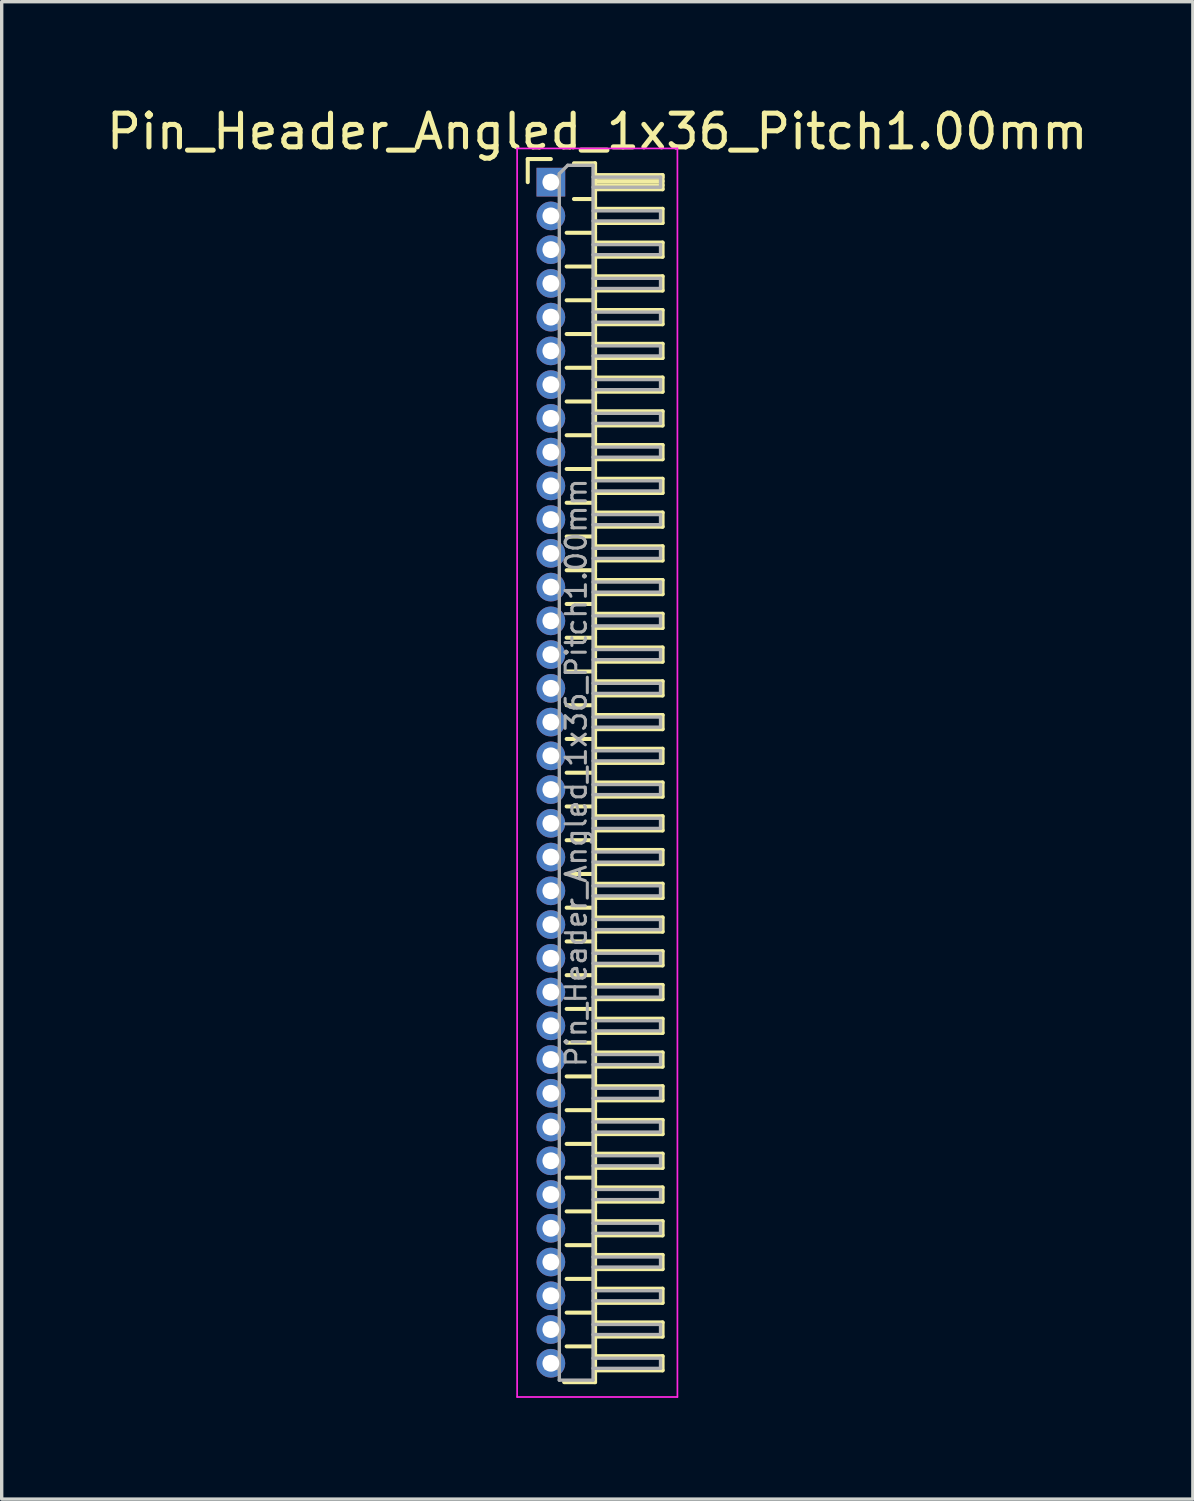
<source format=kicad_pcb>
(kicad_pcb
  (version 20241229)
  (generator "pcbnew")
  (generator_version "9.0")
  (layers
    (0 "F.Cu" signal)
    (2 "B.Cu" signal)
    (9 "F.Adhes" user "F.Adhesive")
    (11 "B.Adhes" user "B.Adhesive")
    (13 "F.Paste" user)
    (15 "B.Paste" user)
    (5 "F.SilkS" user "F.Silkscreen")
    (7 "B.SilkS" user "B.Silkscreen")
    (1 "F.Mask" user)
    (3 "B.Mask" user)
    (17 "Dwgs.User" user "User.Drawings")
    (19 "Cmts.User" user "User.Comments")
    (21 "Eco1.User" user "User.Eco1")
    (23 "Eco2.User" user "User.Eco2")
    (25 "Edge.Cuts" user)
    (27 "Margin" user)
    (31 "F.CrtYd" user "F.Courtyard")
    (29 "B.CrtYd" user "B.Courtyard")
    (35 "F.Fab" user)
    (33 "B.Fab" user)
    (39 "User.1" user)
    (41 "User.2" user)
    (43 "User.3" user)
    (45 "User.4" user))
  (footprint "Pin_Header_Angled_1x36_Pitch1.00mm"
    (layer "F.Cu")
    (at 13.274 2.348)
    (property "Reference" "Pin_Header_Angled_1x36_Pitch1.00mm" (at 1.375 -1.5 0) (layer "F.SilkS") (effects (font (size 1 1) (thickness 0.15))))
    (attr through_hole)
    (fp_line (start -0.685 -0.685) (end 0 -0.685) (stroke (width 0.12) (type solid)) (layer "F.SilkS"))
    (fp_line (start -0.685 0) (end -0.685 -0.685) (stroke (width 0.12) (type solid)) (layer "F.SilkS"))
    (fp_line (start 0.468 1.5) (end 1.31 1.5) (stroke (width 0.12) (type solid)) (layer "F.SilkS"))
    (fp_line (start 0.468 2.5) (end 1.31 2.5) (stroke (width 0.12) (type solid)) (layer "F.SilkS"))
    (fp_line (start 0.468 3.5) (end 1.31 3.5) (stroke (width 0.12) (type solid)) (layer "F.SilkS"))
    (fp_line (start 0.468 4.5) (end 1.31 4.5) (stroke (width 0.12) (type solid)) (layer "F.SilkS"))
    (fp_line (start 0.468 5.5) (end 1.31 5.5) (stroke (width 0.12) (type solid)) (layer "F.SilkS"))
    (fp_line (start 0.468 6.5) (end 1.31 6.5) (stroke (width 0.12) (type solid)) (layer "F.SilkS"))
    (fp_line (start 0.468 7.5) (end 1.31 7.5) (stroke (width 0.12) (type solid)) (layer "F.SilkS"))
    (fp_line (start 0.468 8.5) (end 1.31 8.5) (stroke (width 0.12) (type solid)) (layer "F.SilkS"))
    (fp_line (start 0.468 9.5) (end 1.31 9.5) (stroke (width 0.12) (type solid)) (layer "F.SilkS"))
    (fp_line (start 0.468 10.5) (end 1.31 10.5) (stroke (width 0.12) (type solid)) (layer "F.SilkS"))
    (fp_line (start 0.468 11.5) (end 1.31 11.5) (stroke (width 0.12) (type solid)) (layer "F.SilkS"))
    (fp_line (start 0.468 12.5) (end 1.31 12.5) (stroke (width 0.12) (type solid)) (layer "F.SilkS"))
    (fp_line (start 0.468 13.5) (end 1.31 13.5) (stroke (width 0.12) (type solid)) (layer "F.SilkS"))
    (fp_line (start 0.468 14.5) (end 1.31 14.5) (stroke (width 0.12) (type solid)) (layer "F.SilkS"))
    (fp_line (start 0.468 15.5) (end 1.31 15.5) (stroke (width 0.12) (type solid)) (layer "F.SilkS"))
    (fp_line (start 0.468 16.5) (end 1.31 16.5) (stroke (width 0.12) (type solid)) (layer "F.SilkS"))
    (fp_line (start 0.468 17.5) (end 1.31 17.5) (stroke (width 0.12) (type solid)) (layer "F.SilkS"))
    (fp_line (start 0.468 18.5) (end 1.31 18.5) (stroke (width 0.12) (type solid)) (layer "F.SilkS"))
    (fp_line (start 0.468 19.5) (end 1.31 19.5) (stroke (width 0.12) (type solid)) (layer "F.SilkS"))
    (fp_line (start 0.468 20.5) (end 1.31 20.5) (stroke (width 0.12) (type solid)) (layer "F.SilkS"))
    (fp_line (start 0.468 21.5) (end 1.31 21.5) (stroke (width 0.12) (type solid)) (layer "F.SilkS"))
    (fp_line (start 0.468 22.5) (end 1.31 22.5) (stroke (width 0.12) (type solid)) (layer "F.SilkS"))
    (fp_line (start 0.468 23.5) (end 1.31 23.5) (stroke (width 0.12) (type solid)) (layer "F.SilkS"))
    (fp_line (start 0.468 24.5) (end 1.31 24.5) (stroke (width 0.12) (type solid)) (layer "F.SilkS"))
    (fp_line (start 0.468 25.5) (end 1.31 25.5) (stroke (width 0.12) (type solid)) (layer "F.SilkS"))
    (fp_line (start 0.468 26.5) (end 1.31 26.5) (stroke (width 0.12) (type solid)) (layer "F.SilkS"))
    (fp_line (start 0.468 27.5) (end 1.31 27.5) (stroke (width 0.12) (type solid)) (layer "F.SilkS"))
    (fp_line (start 0.468 28.5) (end 1.31 28.5) (stroke (width 0.12) (type solid)) (layer "F.SilkS"))
    (fp_line (start 0.468 29.5) (end 1.31 29.5) (stroke (width 0.12) (type solid)) (layer "F.SilkS"))
    (fp_line (start 0.468 30.5) (end 1.31 30.5) (stroke (width 0.12) (type solid)) (layer "F.SilkS"))
    (fp_line (start 0.468 31.5) (end 1.31 31.5) (stroke (width 0.12) (type solid)) (layer "F.SilkS"))
    (fp_line (start 0.468 32.5) (end 1.31 32.5) (stroke (width 0.12) (type solid)) (layer "F.SilkS"))
    (fp_line (start 0.468 33.5) (end 1.31 33.5) (stroke (width 0.12) (type solid)) (layer "F.SilkS"))
    (fp_line (start 0.468 34.5) (end 1.31 34.5) (stroke (width 0.12) (type solid)) (layer "F.SilkS"))
    (fp_line (start 0.685 -0.56) (end 1.31 -0.56) (stroke (width 0.12) (type solid)) (layer "F.SilkS"))
    (fp_line (start 0.685 0.5) (end 1.31 0.5) (stroke (width 0.12) (type solid)) (layer "F.SilkS"))
    (fp_line (start 1.31 -0.56) (end 1.31 35.56) (stroke (width 0.12) (type solid)) (layer "F.SilkS"))
    (fp_line (start 1.31 -0.21) (end 3.31 -0.21) (stroke (width 0.12) (type solid)) (layer "F.SilkS"))
    (fp_line (start 1.31 -0.15) (end 3.31 -0.15) (stroke (width 0.12) (type solid)) (layer "F.SilkS"))
    (fp_line (start 1.31 -0.03) (end 3.31 -0.03) (stroke (width 0.12) (type solid)) (layer "F.SilkS"))
    (fp_line (start 1.31 0.09) (end 3.31 0.09) (stroke (width 0.12) (type solid)) (layer "F.SilkS"))
    (fp_line (start 1.31 0.79) (end 3.31 0.79) (stroke (width 0.12) (type solid)) (layer "F.SilkS"))
    (fp_line (start 1.31 1.79) (end 3.31 1.79) (stroke (width 0.12) (type solid)) (layer "F.SilkS"))
    (fp_line (start 1.31 2.79) (end 3.31 2.79) (stroke (width 0.12) (type solid)) (layer "F.SilkS"))
    (fp_line (start 1.31 3.79) (end 3.31 3.79) (stroke (width 0.12) (type solid)) (layer "F.SilkS"))
    (fp_line (start 1.31 4.79) (end 3.31 4.79) (stroke (width 0.12) (type solid)) (layer "F.SilkS"))
    (fp_line (start 1.31 5.79) (end 3.31 5.79) (stroke (width 0.12) (type solid)) (layer "F.SilkS"))
    (fp_line (start 1.31 6.79) (end 3.31 6.79) (stroke (width 0.12) (type solid)) (layer "F.SilkS"))
    (fp_line (start 1.31 7.79) (end 3.31 7.79) (stroke (width 0.12) (type solid)) (layer "F.SilkS"))
    (fp_line (start 1.31 8.79) (end 3.31 8.79) (stroke (width 0.12) (type solid)) (layer "F.SilkS"))
    (fp_line (start 1.31 9.79) (end 3.31 9.79) (stroke (width 0.12) (type solid)) (layer "F.SilkS"))
    (fp_line (start 1.31 10.79) (end 3.31 10.79) (stroke (width 0.12) (type solid)) (layer "F.SilkS"))
    (fp_line (start 1.31 11.79) (end 3.31 11.79) (stroke (width 0.12) (type solid)) (layer "F.SilkS"))
    (fp_line (start 1.31 12.79) (end 3.31 12.79) (stroke (width 0.12) (type solid)) (layer "F.SilkS"))
    (fp_line (start 1.31 13.79) (end 3.31 13.79) (stroke (width 0.12) (type solid)) (layer "F.SilkS"))
    (fp_line (start 1.31 14.79) (end 3.31 14.79) (stroke (width 0.12) (type solid)) (layer "F.SilkS"))
    (fp_line (start 1.31 15.79) (end 3.31 15.79) (stroke (width 0.12) (type solid)) (layer "F.SilkS"))
    (fp_line (start 1.31 16.79) (end 3.31 16.79) (stroke (width 0.12) (type solid)) (layer "F.SilkS"))
    (fp_line (start 1.31 17.79) (end 3.31 17.79) (stroke (width 0.12) (type solid)) (layer "F.SilkS"))
    (fp_line (start 1.31 18.79) (end 3.31 18.79) (stroke (width 0.12) (type solid)) (layer "F.SilkS"))
    (fp_line (start 1.31 19.79) (end 3.31 19.79) (stroke (width 0.12) (type solid)) (layer "F.SilkS"))
    (fp_line (start 1.31 20.79) (end 3.31 20.79) (stroke (width 0.12) (type solid)) (layer "F.SilkS"))
    (fp_line (start 1.31 21.79) (end 3.31 21.79) (stroke (width 0.12) (type solid)) (layer "F.SilkS"))
    (fp_line (start 1.31 22.79) (end 3.31 22.79) (stroke (width 0.12) (type solid)) (layer "F.SilkS"))
    (fp_line (start 1.31 23.79) (end 3.31 23.79) (stroke (width 0.12) (type solid)) (layer "F.SilkS"))
    (fp_line (start 1.31 24.79) (end 3.31 24.79) (stroke (width 0.12) (type solid)) (layer "F.SilkS"))
    (fp_line (start 1.31 25.79) (end 3.31 25.79) (stroke (width 0.12) (type solid)) (layer "F.SilkS"))
    (fp_line (start 1.31 26.79) (end 3.31 26.79) (stroke (width 0.12) (type solid)) (layer "F.SilkS"))
    (fp_line (start 1.31 27.79) (end 3.31 27.79) (stroke (width 0.12) (type solid)) (layer "F.SilkS"))
    (fp_line (start 1.31 28.79) (end 3.31 28.79) (stroke (width 0.12) (type solid)) (layer "F.SilkS"))
    (fp_line (start 1.31 29.79) (end 3.31 29.79) (stroke (width 0.12) (type solid)) (layer "F.SilkS"))
    (fp_line (start 1.31 30.79) (end 3.31 30.79) (stroke (width 0.12) (type solid)) (layer "F.SilkS"))
    (fp_line (start 1.31 31.79) (end 3.31 31.79) (stroke (width 0.12) (type solid)) (layer "F.SilkS"))
    (fp_line (start 1.31 32.79) (end 3.31 32.79) (stroke (width 0.12) (type solid)) (layer "F.SilkS"))
    (fp_line (start 1.31 33.79) (end 3.31 33.79) (stroke (width 0.12) (type solid)) (layer "F.SilkS"))
    (fp_line (start 1.31 34.79) (end 3.31 34.79) (stroke (width 0.12) (type solid)) (layer "F.SilkS"))
    (fp_line (start 1.31 35.56) (end 0.394 35.56) (stroke (width 0.12) (type solid)) (layer "F.SilkS"))
    (fp_line (start 3.31 -0.21) (end 3.31 0.21) (stroke (width 0.12) (type solid)) (layer "F.SilkS"))
    (fp_line (start 3.31 0.21) (end 1.31 0.21) (stroke (width 0.12) (type solid)) (layer "F.SilkS"))
    (fp_line (start 3.31 0.79) (end 3.31 1.21) (stroke (width 0.12) (type solid)) (layer "F.SilkS"))
    (fp_line (start 3.31 1.21) (end 1.31 1.21) (stroke (width 0.12) (type solid)) (layer "F.SilkS"))
    (fp_line (start 3.31 1.79) (end 3.31 2.21) (stroke (width 0.12) (type solid)) (layer "F.SilkS"))
    (fp_line (start 3.31 2.21) (end 1.31 2.21) (stroke (width 0.12) (type solid)) (layer "F.SilkS"))
    (fp_line (start 3.31 2.79) (end 3.31 3.21) (stroke (width 0.12) (type solid)) (layer "F.SilkS"))
    (fp_line (start 3.31 3.21) (end 1.31 3.21) (stroke (width 0.12) (type solid)) (layer "F.SilkS"))
    (fp_line (start 3.31 3.79) (end 3.31 4.21) (stroke (width 0.12) (type solid)) (layer "F.SilkS"))
    (fp_line (start 3.31 4.21) (end 1.31 4.21) (stroke (width 0.12) (type solid)) (layer "F.SilkS"))
    (fp_line (start 3.31 4.79) (end 3.31 5.21) (stroke (width 0.12) (type solid)) (layer "F.SilkS"))
    (fp_line (start 3.31 5.21) (end 1.31 5.21) (stroke (width 0.12) (type solid)) (layer "F.SilkS"))
    (fp_line (start 3.31 5.79) (end 3.31 6.21) (stroke (width 0.12) (type solid)) (layer "F.SilkS"))
    (fp_line (start 3.31 6.21) (end 1.31 6.21) (stroke (width 0.12) (type solid)) (layer "F.SilkS"))
    (fp_line (start 3.31 6.79) (end 3.31 7.21) (stroke (width 0.12) (type solid)) (layer "F.SilkS"))
    (fp_line (start 3.31 7.21) (end 1.31 7.21) (stroke (width 0.12) (type solid)) (layer "F.SilkS"))
    (fp_line (start 3.31 7.79) (end 3.31 8.21) (stroke (width 0.12) (type solid)) (layer "F.SilkS"))
    (fp_line (start 3.31 8.21) (end 1.31 8.21) (stroke (width 0.12) (type solid)) (layer "F.SilkS"))
    (fp_line (start 3.31 8.79) (end 3.31 9.21) (stroke (width 0.12) (type solid)) (layer "F.SilkS"))
    (fp_line (start 3.31 9.21) (end 1.31 9.21) (stroke (width 0.12) (type solid)) (layer "F.SilkS"))
    (fp_line (start 3.31 9.79) (end 3.31 10.21) (stroke (width 0.12) (type solid)) (layer "F.SilkS"))
    (fp_line (start 3.31 10.21) (end 1.31 10.21) (stroke (width 0.12) (type solid)) (layer "F.SilkS"))
    (fp_line (start 3.31 10.79) (end 3.31 11.21) (stroke (width 0.12) (type solid)) (layer "F.SilkS"))
    (fp_line (start 3.31 11.21) (end 1.31 11.21) (stroke (width 0.12) (type solid)) (layer "F.SilkS"))
    (fp_line (start 3.31 11.79) (end 3.31 12.21) (stroke (width 0.12) (type solid)) (layer "F.SilkS"))
    (fp_line (start 3.31 12.21) (end 1.31 12.21) (stroke (width 0.12) (type solid)) (layer "F.SilkS"))
    (fp_line (start 3.31 12.79) (end 3.31 13.21) (stroke (width 0.12) (type solid)) (layer "F.SilkS"))
    (fp_line (start 3.31 13.21) (end 1.31 13.21) (stroke (width 0.12) (type solid)) (layer "F.SilkS"))
    (fp_line (start 3.31 13.79) (end 3.31 14.21) (stroke (width 0.12) (type solid)) (layer "F.SilkS"))
    (fp_line (start 3.31 14.21) (end 1.31 14.21) (stroke (width 0.12) (type solid)) (layer "F.SilkS"))
    (fp_line (start 3.31 14.79) (end 3.31 15.21) (stroke (width 0.12) (type solid)) (layer "F.SilkS"))
    (fp_line (start 3.31 15.21) (end 1.31 15.21) (stroke (width 0.12) (type solid)) (layer "F.SilkS"))
    (fp_line (start 3.31 15.79) (end 3.31 16.21) (stroke (width 0.12) (type solid)) (layer "F.SilkS"))
    (fp_line (start 3.31 16.21) (end 1.31 16.21) (stroke (width 0.12) (type solid)) (layer "F.SilkS"))
    (fp_line (start 3.31 16.79) (end 3.31 17.21) (stroke (width 0.12) (type solid)) (layer "F.SilkS"))
    (fp_line (start 3.31 17.21) (end 1.31 17.21) (stroke (width 0.12) (type solid)) (layer "F.SilkS"))
    (fp_line (start 3.31 17.79) (end 3.31 18.21) (stroke (width 0.12) (type solid)) (layer "F.SilkS"))
    (fp_line (start 3.31 18.21) (end 1.31 18.21) (stroke (width 0.12) (type solid)) (layer "F.SilkS"))
    (fp_line (start 3.31 18.79) (end 3.31 19.21) (stroke (width 0.12) (type solid)) (layer "F.SilkS"))
    (fp_line (start 3.31 19.21) (end 1.31 19.21) (stroke (width 0.12) (type solid)) (layer "F.SilkS"))
    (fp_line (start 3.31 19.79) (end 3.31 20.21) (stroke (width 0.12) (type solid)) (layer "F.SilkS"))
    (fp_line (start 3.31 20.21) (end 1.31 20.21) (stroke (width 0.12) (type solid)) (layer "F.SilkS"))
    (fp_line (start 3.31 20.79) (end 3.31 21.21) (stroke (width 0.12) (type solid)) (layer "F.SilkS"))
    (fp_line (start 3.31 21.21) (end 1.31 21.21) (stroke (width 0.12) (type solid)) (layer "F.SilkS"))
    (fp_line (start 3.31 21.79) (end 3.31 22.21) (stroke (width 0.12) (type solid)) (layer "F.SilkS"))
    (fp_line (start 3.31 22.21) (end 1.31 22.21) (stroke (width 0.12) (type solid)) (layer "F.SilkS"))
    (fp_line (start 3.31 22.79) (end 3.31 23.21) (stroke (width 0.12) (type solid)) (layer "F.SilkS"))
    (fp_line (start 3.31 23.21) (end 1.31 23.21) (stroke (width 0.12) (type solid)) (layer "F.SilkS"))
    (fp_line (start 3.31 23.79) (end 3.31 24.21) (stroke (width 0.12) (type solid)) (layer "F.SilkS"))
    (fp_line (start 3.31 24.21) (end 1.31 24.21) (stroke (width 0.12) (type solid)) (layer "F.SilkS"))
    (fp_line (start 3.31 24.79) (end 3.31 25.21) (stroke (width 0.12) (type solid)) (layer "F.SilkS"))
    (fp_line (start 3.31 25.21) (end 1.31 25.21) (stroke (width 0.12) (type solid)) (layer "F.SilkS"))
    (fp_line (start 3.31 25.79) (end 3.31 26.21) (stroke (width 0.12) (type solid)) (layer "F.SilkS"))
    (fp_line (start 3.31 26.21) (end 1.31 26.21) (stroke (width 0.12) (type solid)) (layer "F.SilkS"))
    (fp_line (start 3.31 26.79) (end 3.31 27.21) (stroke (width 0.12) (type solid)) (layer "F.SilkS"))
    (fp_line (start 3.31 27.21) (end 1.31 27.21) (stroke (width 0.12) (type solid)) (layer "F.SilkS"))
    (fp_line (start 3.31 27.79) (end 3.31 28.21) (stroke (width 0.12) (type solid)) (layer "F.SilkS"))
    (fp_line (start 3.31 28.21) (end 1.31 28.21) (stroke (width 0.12) (type solid)) (layer "F.SilkS"))
    (fp_line (start 3.31 28.79) (end 3.31 29.21) (stroke (width 0.12) (type solid)) (layer "F.SilkS"))
    (fp_line (start 3.31 29.21) (end 1.31 29.21) (stroke (width 0.12) (type solid)) (layer "F.SilkS"))
    (fp_line (start 3.31 29.79) (end 3.31 30.21) (stroke (width 0.12) (type solid)) (layer "F.SilkS"))
    (fp_line (start 3.31 30.21) (end 1.31 30.21) (stroke (width 0.12) (type solid)) (layer "F.SilkS"))
    (fp_line (start 3.31 30.79) (end 3.31 31.21) (stroke (width 0.12) (type solid)) (layer "F.SilkS"))
    (fp_line (start 3.31 31.21) (end 1.31 31.21) (stroke (width 0.12) (type solid)) (layer "F.SilkS"))
    (fp_line (start 3.31 31.79) (end 3.31 32.21) (stroke (width 0.12) (type solid)) (layer "F.SilkS"))
    (fp_line (start 3.31 32.21) (end 1.31 32.21) (stroke (width 0.12) (type solid)) (layer "F.SilkS"))
    (fp_line (start 3.31 32.79) (end 3.31 33.21) (stroke (width 0.12) (type solid)) (layer "F.SilkS"))
    (fp_line (start 3.31 33.21) (end 1.31 33.21) (stroke (width 0.12) (type solid)) (layer "F.SilkS"))
    (fp_line (start 3.31 33.79) (end 3.31 34.21) (stroke (width 0.12) (type solid)) (layer "F.SilkS"))
    (fp_line (start 3.31 34.21) (end 1.31 34.21) (stroke (width 0.12) (type solid)) (layer "F.SilkS"))
    (fp_line (start 3.31 34.79) (end 3.31 35.21) (stroke (width 0.12) (type solid)) (layer "F.SilkS"))
    (fp_line (start 3.31 35.21) (end 1.31 35.21) (stroke (width 0.12) (type solid)) (layer "F.SilkS"))
    (fp_line (start -1 -1) (end -1 36) (stroke (width 0.05) (type solid)) (layer "F.CrtYd"))
    (fp_line (start -1 36) (end 3.75 36) (stroke (width 0.05) (type solid)) (layer "F.CrtYd"))
    (fp_line (start 3.75 -1) (end -1 -1) (stroke (width 0.05) (type solid)) (layer "F.CrtYd"))
    (fp_line (start 3.75 36) (end 3.75 -1) (stroke (width 0.05) (type solid)) (layer "F.CrtYd"))
    (fp_line (start -0.15 -0.15) (end -0.15 0.15) (stroke (width 0.1) (type solid)) (layer "F.Fab"))
    (fp_line (start -0.15 -0.15) (end 0.25 -0.15) (stroke (width 0.1) (type solid)) (layer "F.Fab"))
    (fp_line (start -0.15 0.15) (end 0.25 0.15) (stroke (width 0.1) (type solid)) (layer "F.Fab"))
    (fp_line (start -0.15 0.85) (end -0.15 1.15) (stroke (width 0.1) (type solid)) (layer "F.Fab"))
    (fp_line (start -0.15 0.85) (end 0.25 0.85) (stroke (width 0.1) (type solid)) (layer "F.Fab"))
    (fp_line (start -0.15 1.15) (end 0.25 1.15) (stroke (width 0.1) (type solid)) (layer "F.Fab"))
    (fp_line (start -0.15 1.85) (end -0.15 2.15) (stroke (width 0.1) (type solid)) (layer "F.Fab"))
    (fp_line (start -0.15 1.85) (end 0.25 1.85) (stroke (width 0.1) (type solid)) (layer "F.Fab"))
    (fp_line (start -0.15 2.15) (end 0.25 2.15) (stroke (width 0.1) (type solid)) (layer "F.Fab"))
    (fp_line (start -0.15 2.85) (end -0.15 3.15) (stroke (width 0.1) (type solid)) (layer "F.Fab"))
    (fp_line (start -0.15 2.85) (end 0.25 2.85) (stroke (width 0.1) (type solid)) (layer "F.Fab"))
    (fp_line (start -0.15 3.15) (end 0.25 3.15) (stroke (width 0.1) (type solid)) (layer "F.Fab"))
    (fp_line (start -0.15 3.85) (end -0.15 4.15) (stroke (width 0.1) (type solid)) (layer "F.Fab"))
    (fp_line (start -0.15 3.85) (end 0.25 3.85) (stroke (width 0.1) (type solid)) (layer "F.Fab"))
    (fp_line (start -0.15 4.15) (end 0.25 4.15) (stroke (width 0.1) (type solid)) (layer "F.Fab"))
    (fp_line (start -0.15 4.85) (end -0.15 5.15) (stroke (width 0.1) (type solid)) (layer "F.Fab"))
    (fp_line (start -0.15 4.85) (end 0.25 4.85) (stroke (width 0.1) (type solid)) (layer "F.Fab"))
    (fp_line (start -0.15 5.15) (end 0.25 5.15) (stroke (width 0.1) (type solid)) (layer "F.Fab"))
    (fp_line (start -0.15 5.85) (end -0.15 6.15) (stroke (width 0.1) (type solid)) (layer "F.Fab"))
    (fp_line (start -0.15 5.85) (end 0.25 5.85) (stroke (width 0.1) (type solid)) (layer "F.Fab"))
    (fp_line (start -0.15 6.15) (end 0.25 6.15) (stroke (width 0.1) (type solid)) (layer "F.Fab"))
    (fp_line (start -0.15 6.85) (end -0.15 7.15) (stroke (width 0.1) (type solid)) (layer "F.Fab"))
    (fp_line (start -0.15 6.85) (end 0.25 6.85) (stroke (width 0.1) (type solid)) (layer "F.Fab"))
    (fp_line (start -0.15 7.15) (end 0.25 7.15) (stroke (width 0.1) (type solid)) (layer "F.Fab"))
    (fp_line (start -0.15 7.85) (end -0.15 8.15) (stroke (width 0.1) (type solid)) (layer "F.Fab"))
    (fp_line (start -0.15 7.85) (end 0.25 7.85) (stroke (width 0.1) (type solid)) (layer "F.Fab"))
    (fp_line (start -0.15 8.15) (end 0.25 8.15) (stroke (width 0.1) (type solid)) (layer "F.Fab"))
    (fp_line (start -0.15 8.85) (end -0.15 9.15) (stroke (width 0.1) (type solid)) (layer "F.Fab"))
    (fp_line (start -0.15 8.85) (end 0.25 8.85) (stroke (width 0.1) (type solid)) (layer "F.Fab"))
    (fp_line (start -0.15 9.15) (end 0.25 9.15) (stroke (width 0.1) (type solid)) (layer "F.Fab"))
    (fp_line (start -0.15 9.85) (end -0.15 10.15) (stroke (width 0.1) (type solid)) (layer "F.Fab"))
    (fp_line (start -0.15 9.85) (end 0.25 9.85) (stroke (width 0.1) (type solid)) (layer "F.Fab"))
    (fp_line (start -0.15 10.15) (end 0.25 10.15) (stroke (width 0.1) (type solid)) (layer "F.Fab"))
    (fp_line (start -0.15 10.85) (end -0.15 11.15) (stroke (width 0.1) (type solid)) (layer "F.Fab"))
    (fp_line (start -0.15 10.85) (end 0.25 10.85) (stroke (width 0.1) (type solid)) (layer "F.Fab"))
    (fp_line (start -0.15 11.15) (end 0.25 11.15) (stroke (width 0.1) (type solid)) (layer "F.Fab"))
    (fp_line (start -0.15 11.85) (end -0.15 12.15) (stroke (width 0.1) (type solid)) (layer "F.Fab"))
    (fp_line (start -0.15 11.85) (end 0.25 11.85) (stroke (width 0.1) (type solid)) (layer "F.Fab"))
    (fp_line (start -0.15 12.15) (end 0.25 12.15) (stroke (width 0.1) (type solid)) (layer "F.Fab"))
    (fp_line (start -0.15 12.85) (end -0.15 13.15) (stroke (width 0.1) (type solid)) (layer "F.Fab"))
    (fp_line (start -0.15 12.85) (end 0.25 12.85) (stroke (width 0.1) (type solid)) (layer "F.Fab"))
    (fp_line (start -0.15 13.15) (end 0.25 13.15) (stroke (width 0.1) (type solid)) (layer "F.Fab"))
    (fp_line (start -0.15 13.85) (end -0.15 14.15) (stroke (width 0.1) (type solid)) (layer "F.Fab"))
    (fp_line (start -0.15 13.85) (end 0.25 13.85) (stroke (width 0.1) (type solid)) (layer "F.Fab"))
    (fp_line (start -0.15 14.15) (end 0.25 14.15) (stroke (width 0.1) (type solid)) (layer "F.Fab"))
    (fp_line (start -0.15 14.85) (end -0.15 15.15) (stroke (width 0.1) (type solid)) (layer "F.Fab"))
    (fp_line (start -0.15 14.85) (end 0.25 14.85) (stroke (width 0.1) (type solid)) (layer "F.Fab"))
    (fp_line (start -0.15 15.15) (end 0.25 15.15) (stroke (width 0.1) (type solid)) (layer "F.Fab"))
    (fp_line (start -0.15 15.85) (end -0.15 16.15) (stroke (width 0.1) (type solid)) (layer "F.Fab"))
    (fp_line (start -0.15 15.85) (end 0.25 15.85) (stroke (width 0.1) (type solid)) (layer "F.Fab"))
    (fp_line (start -0.15 16.15) (end 0.25 16.15) (stroke (width 0.1) (type solid)) (layer "F.Fab"))
    (fp_line (start -0.15 16.85) (end -0.15 17.15) (stroke (width 0.1) (type solid)) (layer "F.Fab"))
    (fp_line (start -0.15 16.85) (end 0.25 16.85) (stroke (width 0.1) (type solid)) (layer "F.Fab"))
    (fp_line (start -0.15 17.15) (end 0.25 17.15) (stroke (width 0.1) (type solid)) (layer "F.Fab"))
    (fp_line (start -0.15 17.85) (end -0.15 18.15) (stroke (width 0.1) (type solid)) (layer "F.Fab"))
    (fp_line (start -0.15 17.85) (end 0.25 17.85) (stroke (width 0.1) (type solid)) (layer "F.Fab"))
    (fp_line (start -0.15 18.15) (end 0.25 18.15) (stroke (width 0.1) (type solid)) (layer "F.Fab"))
    (fp_line (start -0.15 18.85) (end -0.15 19.15) (stroke (width 0.1) (type solid)) (layer "F.Fab"))
    (fp_line (start -0.15 18.85) (end 0.25 18.85) (stroke (width 0.1) (type solid)) (layer "F.Fab"))
    (fp_line (start -0.15 19.15) (end 0.25 19.15) (stroke (width 0.1) (type solid)) (layer "F.Fab"))
    (fp_line (start -0.15 19.85) (end -0.15 20.15) (stroke (width 0.1) (type solid)) (layer "F.Fab"))
    (fp_line (start -0.15 19.85) (end 0.25 19.85) (stroke (width 0.1) (type solid)) (layer "F.Fab"))
    (fp_line (start -0.15 20.15) (end 0.25 20.15) (stroke (width 0.1) (type solid)) (layer "F.Fab"))
    (fp_line (start -0.15 20.85) (end -0.15 21.15) (stroke (width 0.1) (type solid)) (layer "F.Fab"))
    (fp_line (start -0.15 20.85) (end 0.25 20.85) (stroke (width 0.1) (type solid)) (layer "F.Fab"))
    (fp_line (start -0.15 21.15) (end 0.25 21.15) (stroke (width 0.1) (type solid)) (layer "F.Fab"))
    (fp_line (start -0.15 21.85) (end -0.15 22.15) (stroke (width 0.1) (type solid)) (layer "F.Fab"))
    (fp_line (start -0.15 21.85) (end 0.25 21.85) (stroke (width 0.1) (type solid)) (layer "F.Fab"))
    (fp_line (start -0.15 22.15) (end 0.25 22.15) (stroke (width 0.1) (type solid)) (layer "F.Fab"))
    (fp_line (start -0.15 22.85) (end -0.15 23.15) (stroke (width 0.1) (type solid)) (layer "F.Fab"))
    (fp_line (start -0.15 22.85) (end 0.25 22.85) (stroke (width 0.1) (type solid)) (layer "F.Fab"))
    (fp_line (start -0.15 23.15) (end 0.25 23.15) (stroke (width 0.1) (type solid)) (layer "F.Fab"))
    (fp_line (start -0.15 23.85) (end -0.15 24.15) (stroke (width 0.1) (type solid)) (layer "F.Fab"))
    (fp_line (start -0.15 23.85) (end 0.25 23.85) (stroke (width 0.1) (type solid)) (layer "F.Fab"))
    (fp_line (start -0.15 24.15) (end 0.25 24.15) (stroke (width 0.1) (type solid)) (layer "F.Fab"))
    (fp_line (start -0.15 24.85) (end -0.15 25.15) (stroke (width 0.1) (type solid)) (layer "F.Fab"))
    (fp_line (start -0.15 24.85) (end 0.25 24.85) (stroke (width 0.1) (type solid)) (layer "F.Fab"))
    (fp_line (start -0.15 25.15) (end 0.25 25.15) (stroke (width 0.1) (type solid)) (layer "F.Fab"))
    (fp_line (start -0.15 25.85) (end -0.15 26.15) (stroke (width 0.1) (type solid)) (layer "F.Fab"))
    (fp_line (start -0.15 25.85) (end 0.25 25.85) (stroke (width 0.1) (type solid)) (layer "F.Fab"))
    (fp_line (start -0.15 26.15) (end 0.25 26.15) (stroke (width 0.1) (type solid)) (layer "F.Fab"))
    (fp_line (start -0.15 26.85) (end -0.15 27.15) (stroke (width 0.1) (type solid)) (layer "F.Fab"))
    (fp_line (start -0.15 26.85) (end 0.25 26.85) (stroke (width 0.1) (type solid)) (layer "F.Fab"))
    (fp_line (start -0.15 27.15) (end 0.25 27.15) (stroke (width 0.1) (type solid)) (layer "F.Fab"))
    (fp_line (start -0.15 27.85) (end -0.15 28.15) (stroke (width 0.1) (type solid)) (layer "F.Fab"))
    (fp_line (start -0.15 27.85) (end 0.25 27.85) (stroke (width 0.1) (type solid)) (layer "F.Fab"))
    (fp_line (start -0.15 28.15) (end 0.25 28.15) (stroke (width 0.1) (type solid)) (layer "F.Fab"))
    (fp_line (start -0.15 28.85) (end -0.15 29.15) (stroke (width 0.1) (type solid)) (layer "F.Fab"))
    (fp_line (start -0.15 28.85) (end 0.25 28.85) (stroke (width 0.1) (type solid)) (layer "F.Fab"))
    (fp_line (start -0.15 29.15) (end 0.25 29.15) (stroke (width 0.1) (type solid)) (layer "F.Fab"))
    (fp_line (start -0.15 29.85) (end -0.15 30.15) (stroke (width 0.1) (type solid)) (layer "F.Fab"))
    (fp_line (start -0.15 29.85) (end 0.25 29.85) (stroke (width 0.1) (type solid)) (layer "F.Fab"))
    (fp_line (start -0.15 30.15) (end 0.25 30.15) (stroke (width 0.1) (type solid)) (layer "F.Fab"))
    (fp_line (start -0.15 30.85) (end -0.15 31.15) (stroke (width 0.1) (type solid)) (layer "F.Fab"))
    (fp_line (start -0.15 30.85) (end 0.25 30.85) (stroke (width 0.1) (type solid)) (layer "F.Fab"))
    (fp_line (start -0.15 31.15) (end 0.25 31.15) (stroke (width 0.1) (type solid)) (layer "F.Fab"))
    (fp_line (start -0.15 31.85) (end -0.15 32.15) (stroke (width 0.1) (type solid)) (layer "F.Fab"))
    (fp_line (start -0.15 31.85) (end 0.25 31.85) (stroke (width 0.1) (type solid)) (layer "F.Fab"))
    (fp_line (start -0.15 32.15) (end 0.25 32.15) (stroke (width 0.1) (type solid)) (layer "F.Fab"))
    (fp_line (start -0.15 32.85) (end -0.15 33.15) (stroke (width 0.1) (type solid)) (layer "F.Fab"))
    (fp_line (start -0.15 32.85) (end 0.25 32.85) (stroke (width 0.1) (type solid)) (layer "F.Fab"))
    (fp_line (start -0.15 33.15) (end 0.25 33.15) (stroke (width 0.1) (type solid)) (layer "F.Fab"))
    (fp_line (start -0.15 33.85) (end -0.15 34.15) (stroke (width 0.1) (type solid)) (layer "F.Fab"))
    (fp_line (start -0.15 33.85) (end 0.25 33.85) (stroke (width 0.1) (type solid)) (layer "F.Fab"))
    (fp_line (start -0.15 34.15) (end 0.25 34.15) (stroke (width 0.1) (type solid)) (layer "F.Fab"))
    (fp_line (start -0.15 34.85) (end -0.15 35.15) (stroke (width 0.1) (type solid)) (layer "F.Fab"))
    (fp_line (start -0.15 34.85) (end 0.25 34.85) (stroke (width 0.1) (type solid)) (layer "F.Fab"))
    (fp_line (start -0.15 35.15) (end 0.25 35.15) (stroke (width 0.1) (type solid)) (layer "F.Fab"))
    (fp_line (start 0.25 -0.25) (end 0.5 -0.5) (stroke (width 0.1) (type solid)) (layer "F.Fab"))
    (fp_line (start 0.25 35.5) (end 0.25 -0.25) (stroke (width 0.1) (type solid)) (layer "F.Fab"))
    (fp_line (start 0.5 -0.5) (end 1.25 -0.5) (stroke (width 0.1) (type solid)) (layer "F.Fab"))
    (fp_line (start 1.25 -0.5) (end 1.25 35.5) (stroke (width 0.1) (type solid)) (layer "F.Fab"))
    (fp_line (start 1.25 -0.15) (end 3.25 -0.15) (stroke (width 0.1) (type solid)) (layer "F.Fab"))
    (fp_line (start 1.25 0.15) (end 3.25 0.15) (stroke (width 0.1) (type solid)) (layer "F.Fab"))
    (fp_line (start 1.25 0.85) (end 3.25 0.85) (stroke (width 0.1) (type solid)) (layer "F.Fab"))
    (fp_line (start 1.25 1.15) (end 3.25 1.15) (stroke (width 0.1) (type solid)) (layer "F.Fab"))
    (fp_line (start 1.25 1.85) (end 3.25 1.85) (stroke (width 0.1) (type solid)) (layer "F.Fab"))
    (fp_line (start 1.25 2.15) (end 3.25 2.15) (stroke (width 0.1) (type solid)) (layer "F.Fab"))
    (fp_line (start 1.25 2.85) (end 3.25 2.85) (stroke (width 0.1) (type solid)) (layer "F.Fab"))
    (fp_line (start 1.25 3.15) (end 3.25 3.15) (stroke (width 0.1) (type solid)) (layer "F.Fab"))
    (fp_line (start 1.25 3.85) (end 3.25 3.85) (stroke (width 0.1) (type solid)) (layer "F.Fab"))
    (fp_line (start 1.25 4.15) (end 3.25 4.15) (stroke (width 0.1) (type solid)) (layer "F.Fab"))
    (fp_line (start 1.25 4.85) (end 3.25 4.85) (stroke (width 0.1) (type solid)) (layer "F.Fab"))
    (fp_line (start 1.25 5.15) (end 3.25 5.15) (stroke (width 0.1) (type solid)) (layer "F.Fab"))
    (fp_line (start 1.25 5.85) (end 3.25 5.85) (stroke (width 0.1) (type solid)) (layer "F.Fab"))
    (fp_line (start 1.25 6.15) (end 3.25 6.15) (stroke (width 0.1) (type solid)) (layer "F.Fab"))
    (fp_line (start 1.25 6.85) (end 3.25 6.85) (stroke (width 0.1) (type solid)) (layer "F.Fab"))
    (fp_line (start 1.25 7.15) (end 3.25 7.15) (stroke (width 0.1) (type solid)) (layer "F.Fab"))
    (fp_line (start 1.25 7.85) (end 3.25 7.85) (stroke (width 0.1) (type solid)) (layer "F.Fab"))
    (fp_line (start 1.25 8.15) (end 3.25 8.15) (stroke (width 0.1) (type solid)) (layer "F.Fab"))
    (fp_line (start 1.25 8.85) (end 3.25 8.85) (stroke (width 0.1) (type solid)) (layer "F.Fab"))
    (fp_line (start 1.25 9.15) (end 3.25 9.15) (stroke (width 0.1) (type solid)) (layer "F.Fab"))
    (fp_line (start 1.25 9.85) (end 3.25 9.85) (stroke (width 0.1) (type solid)) (layer "F.Fab"))
    (fp_line (start 1.25 10.15) (end 3.25 10.15) (stroke (width 0.1) (type solid)) (layer "F.Fab"))
    (fp_line (start 1.25 10.85) (end 3.25 10.85) (stroke (width 0.1) (type solid)) (layer "F.Fab"))
    (fp_line (start 1.25 11.15) (end 3.25 11.15) (stroke (width 0.1) (type solid)) (layer "F.Fab"))
    (fp_line (start 1.25 11.85) (end 3.25 11.85) (stroke (width 0.1) (type solid)) (layer "F.Fab"))
    (fp_line (start 1.25 12.15) (end 3.25 12.15) (stroke (width 0.1) (type solid)) (layer "F.Fab"))
    (fp_line (start 1.25 12.85) (end 3.25 12.85) (stroke (width 0.1) (type solid)) (layer "F.Fab"))
    (fp_line (start 1.25 13.15) (end 3.25 13.15) (stroke (width 0.1) (type solid)) (layer "F.Fab"))
    (fp_line (start 1.25 13.85) (end 3.25 13.85) (stroke (width 0.1) (type solid)) (layer "F.Fab"))
    (fp_line (start 1.25 14.15) (end 3.25 14.15) (stroke (width 0.1) (type solid)) (layer "F.Fab"))
    (fp_line (start 1.25 14.85) (end 3.25 14.85) (stroke (width 0.1) (type solid)) (layer "F.Fab"))
    (fp_line (start 1.25 15.15) (end 3.25 15.15) (stroke (width 0.1) (type solid)) (layer "F.Fab"))
    (fp_line (start 1.25 15.85) (end 3.25 15.85) (stroke (width 0.1) (type solid)) (layer "F.Fab"))
    (fp_line (start 1.25 16.15) (end 3.25 16.15) (stroke (width 0.1) (type solid)) (layer "F.Fab"))
    (fp_line (start 1.25 16.85) (end 3.25 16.85) (stroke (width 0.1) (type solid)) (layer "F.Fab"))
    (fp_line (start 1.25 17.15) (end 3.25 17.15) (stroke (width 0.1) (type solid)) (layer "F.Fab"))
    (fp_line (start 1.25 17.85) (end 3.25 17.85) (stroke (width 0.1) (type solid)) (layer "F.Fab"))
    (fp_line (start 1.25 18.15) (end 3.25 18.15) (stroke (width 0.1) (type solid)) (layer "F.Fab"))
    (fp_line (start 1.25 18.85) (end 3.25 18.85) (stroke (width 0.1) (type solid)) (layer "F.Fab"))
    (fp_line (start 1.25 19.15) (end 3.25 19.15) (stroke (width 0.1) (type solid)) (layer "F.Fab"))
    (fp_line (start 1.25 19.85) (end 3.25 19.85) (stroke (width 0.1) (type solid)) (layer "F.Fab"))
    (fp_line (start 1.25 20.15) (end 3.25 20.15) (stroke (width 0.1) (type solid)) (layer "F.Fab"))
    (fp_line (start 1.25 20.85) (end 3.25 20.85) (stroke (width 0.1) (type solid)) (layer "F.Fab"))
    (fp_line (start 1.25 21.15) (end 3.25 21.15) (stroke (width 0.1) (type solid)) (layer "F.Fab"))
    (fp_line (start 1.25 21.85) (end 3.25 21.85) (stroke (width 0.1) (type solid)) (layer "F.Fab"))
    (fp_line (start 1.25 22.15) (end 3.25 22.15) (stroke (width 0.1) (type solid)) (layer "F.Fab"))
    (fp_line (start 1.25 22.85) (end 3.25 22.85) (stroke (width 0.1) (type solid)) (layer "F.Fab"))
    (fp_line (start 1.25 23.15) (end 3.25 23.15) (stroke (width 0.1) (type solid)) (layer "F.Fab"))
    (fp_line (start 1.25 23.85) (end 3.25 23.85) (stroke (width 0.1) (type solid)) (layer "F.Fab"))
    (fp_line (start 1.25 24.15) (end 3.25 24.15) (stroke (width 0.1) (type solid)) (layer "F.Fab"))
    (fp_line (start 1.25 24.85) (end 3.25 24.85) (stroke (width 0.1) (type solid)) (layer "F.Fab"))
    (fp_line (start 1.25 25.15) (end 3.25 25.15) (stroke (width 0.1) (type solid)) (layer "F.Fab"))
    (fp_line (start 1.25 25.85) (end 3.25 25.85) (stroke (width 0.1) (type solid)) (layer "F.Fab"))
    (fp_line (start 1.25 26.15) (end 3.25 26.15) (stroke (width 0.1) (type solid)) (layer "F.Fab"))
    (fp_line (start 1.25 26.85) (end 3.25 26.85) (stroke (width 0.1) (type solid)) (layer "F.Fab"))
    (fp_line (start 1.25 27.15) (end 3.25 27.15) (stroke (width 0.1) (type solid)) (layer "F.Fab"))
    (fp_line (start 1.25 27.85) (end 3.25 27.85) (stroke (width 0.1) (type solid)) (layer "F.Fab"))
    (fp_line (start 1.25 28.15) (end 3.25 28.15) (stroke (width 0.1) (type solid)) (layer "F.Fab"))
    (fp_line (start 1.25 28.85) (end 3.25 28.85) (stroke (width 0.1) (type solid)) (layer "F.Fab"))
    (fp_line (start 1.25 29.15) (end 3.25 29.15) (stroke (width 0.1) (type solid)) (layer "F.Fab"))
    (fp_line (start 1.25 29.85) (end 3.25 29.85) (stroke (width 0.1) (type solid)) (layer "F.Fab"))
    (fp_line (start 1.25 30.15) (end 3.25 30.15) (stroke (width 0.1) (type solid)) (layer "F.Fab"))
    (fp_line (start 1.25 30.85) (end 3.25 30.85) (stroke (width 0.1) (type solid)) (layer "F.Fab"))
    (fp_line (start 1.25 31.15) (end 3.25 31.15) (stroke (width 0.1) (type solid)) (layer "F.Fab"))
    (fp_line (start 1.25 31.85) (end 3.25 31.85) (stroke (width 0.1) (type solid)) (layer "F.Fab"))
    (fp_line (start 1.25 32.15) (end 3.25 32.15) (stroke (width 0.1) (type solid)) (layer "F.Fab"))
    (fp_line (start 1.25 32.85) (end 3.25 32.85) (stroke (width 0.1) (type solid)) (layer "F.Fab"))
    (fp_line (start 1.25 33.15) (end 3.25 33.15) (stroke (width 0.1) (type solid)) (layer "F.Fab"))
    (fp_line (start 1.25 33.85) (end 3.25 33.85) (stroke (width 0.1) (type solid)) (layer "F.Fab"))
    (fp_line (start 1.25 34.15) (end 3.25 34.15) (stroke (width 0.1) (type solid)) (layer "F.Fab"))
    (fp_line (start 1.25 34.85) (end 3.25 34.85) (stroke (width 0.1) (type solid)) (layer "F.Fab"))
    (fp_line (start 1.25 35.15) (end 3.25 35.15) (stroke (width 0.1) (type solid)) (layer "F.Fab"))
    (fp_line (start 1.25 35.5) (end 0.25 35.5) (stroke (width 0.1) (type solid)) (layer "F.Fab"))
    (fp_line (start 3.25 -0.15) (end 3.25 0.15) (stroke (width 0.1) (type solid)) (layer "F.Fab"))
    (fp_line (start 3.25 0.85) (end 3.25 1.15) (stroke (width 0.1) (type solid)) (layer "F.Fab"))
    (fp_line (start 3.25 1.85) (end 3.25 2.15) (stroke (width 0.1) (type solid)) (layer "F.Fab"))
    (fp_line (start 3.25 2.85) (end 3.25 3.15) (stroke (width 0.1) (type solid)) (layer "F.Fab"))
    (fp_line (start 3.25 3.85) (end 3.25 4.15) (stroke (width 0.1) (type solid)) (layer "F.Fab"))
    (fp_line (start 3.25 4.85) (end 3.25 5.15) (stroke (width 0.1) (type solid)) (layer "F.Fab"))
    (fp_line (start 3.25 5.85) (end 3.25 6.15) (stroke (width 0.1) (type solid)) (layer "F.Fab"))
    (fp_line (start 3.25 6.85) (end 3.25 7.15) (stroke (width 0.1) (type solid)) (layer "F.Fab"))
    (fp_line (start 3.25 7.85) (end 3.25 8.15) (stroke (width 0.1) (type solid)) (layer "F.Fab"))
    (fp_line (start 3.25 8.85) (end 3.25 9.15) (stroke (width 0.1) (type solid)) (layer "F.Fab"))
    (fp_line (start 3.25 9.85) (end 3.25 10.15) (stroke (width 0.1) (type solid)) (layer "F.Fab"))
    (fp_line (start 3.25 10.85) (end 3.25 11.15) (stroke (width 0.1) (type solid)) (layer "F.Fab"))
    (fp_line (start 3.25 11.85) (end 3.25 12.15) (stroke (width 0.1) (type solid)) (layer "F.Fab"))
    (fp_line (start 3.25 12.85) (end 3.25 13.15) (stroke (width 0.1) (type solid)) (layer "F.Fab"))
    (fp_line (start 3.25 13.85) (end 3.25 14.15) (stroke (width 0.1) (type solid)) (layer "F.Fab"))
    (fp_line (start 3.25 14.85) (end 3.25 15.15) (stroke (width 0.1) (type solid)) (layer "F.Fab"))
    (fp_line (start 3.25 15.85) (end 3.25 16.15) (stroke (width 0.1) (type solid)) (layer "F.Fab"))
    (fp_line (start 3.25 16.85) (end 3.25 17.15) (stroke (width 0.1) (type solid)) (layer "F.Fab"))
    (fp_line (start 3.25 17.85) (end 3.25 18.15) (stroke (width 0.1) (type solid)) (layer "F.Fab"))
    (fp_line (start 3.25 18.85) (end 3.25 19.15) (stroke (width 0.1) (type solid)) (layer "F.Fab"))
    (fp_line (start 3.25 19.85) (end 3.25 20.15) (stroke (width 0.1) (type solid)) (layer "F.Fab"))
    (fp_line (start 3.25 20.85) (end 3.25 21.15) (stroke (width 0.1) (type solid)) (layer "F.Fab"))
    (fp_line (start 3.25 21.85) (end 3.25 22.15) (stroke (width 0.1) (type solid)) (layer "F.Fab"))
    (fp_line (start 3.25 22.85) (end 3.25 23.15) (stroke (width 0.1) (type solid)) (layer "F.Fab"))
    (fp_line (start 3.25 23.85) (end 3.25 24.15) (stroke (width 0.1) (type solid)) (layer "F.Fab"))
    (fp_line (start 3.25 24.85) (end 3.25 25.15) (stroke (width 0.1) (type solid)) (layer "F.Fab"))
    (fp_line (start 3.25 25.85) (end 3.25 26.15) (stroke (width 0.1) (type solid)) (layer "F.Fab"))
    (fp_line (start 3.25 26.85) (end 3.25 27.15) (stroke (width 0.1) (type solid)) (layer "F.Fab"))
    (fp_line (start 3.25 27.85) (end 3.25 28.15) (stroke (width 0.1) (type solid)) (layer "F.Fab"))
    (fp_line (start 3.25 28.85) (end 3.25 29.15) (stroke (width 0.1) (type solid)) (layer "F.Fab"))
    (fp_line (start 3.25 29.85) (end 3.25 30.15) (stroke (width 0.1) (type solid)) (layer "F.Fab"))
    (fp_line (start 3.25 30.85) (end 3.25 31.15) (stroke (width 0.1) (type solid)) (layer "F.Fab"))
    (fp_line (start 3.25 31.85) (end 3.25 32.15) (stroke (width 0.1) (type solid)) (layer "F.Fab"))
    (fp_line (start 3.25 32.85) (end 3.25 33.15) (stroke (width 0.1) (type solid)) (layer "F.Fab"))
    (fp_line (start 3.25 33.85) (end 3.25 34.15) (stroke (width 0.1) (type solid)) (layer "F.Fab"))
    (fp_line (start 3.25 34.85) (end 3.25 35.15) (stroke (width 0.1) (type solid)) (layer "F.Fab"))
    (fp_text user "${REFERENCE}" (at 0.75 17.5 90) (layer "F.Fab") (effects (font (size 0.6 0.6) (thickness 0.09))))
    (pad "1" thru_hole rect (at 0 0) (size 0.85 0.85) (drill 0.5) (layers "*.Cu" "*.Mask"))
    (pad "2" thru_hole oval (at 0 1) (size 0.85 0.85) (drill 0.5) (layers "*.Cu" "*.Mask"))
    (pad "3" thru_hole oval (at 0 2) (size 0.85 0.85) (drill 0.5) (layers "*.Cu" "*.Mask"))
    (pad "4" thru_hole oval (at 0 3) (size 0.85 0.85) (drill 0.5) (layers "*.Cu" "*.Mask"))
    (pad "5" thru_hole oval (at 0 4) (size 0.85 0.85) (drill 0.5) (layers "*.Cu" "*.Mask"))
    (pad "6" thru_hole oval (at 0 5) (size 0.85 0.85) (drill 0.5) (layers "*.Cu" "*.Mask"))
    (pad "7" thru_hole oval (at 0 6) (size 0.85 0.85) (drill 0.5) (layers "*.Cu" "*.Mask"))
    (pad "8" thru_hole oval (at 0 7) (size 0.85 0.85) (drill 0.5) (layers "*.Cu" "*.Mask"))
    (pad "9" thru_hole oval (at 0 8) (size 0.85 0.85) (drill 0.5) (layers "*.Cu" "*.Mask"))
    (pad "10" thru_hole oval (at 0 9) (size 0.85 0.85) (drill 0.5) (layers "*.Cu" "*.Mask"))
    (pad "11" thru_hole oval (at 0 10) (size 0.85 0.85) (drill 0.5) (layers "*.Cu" "*.Mask"))
    (pad "12" thru_hole oval (at 0 11) (size 0.85 0.85) (drill 0.5) (layers "*.Cu" "*.Mask"))
    (pad "13" thru_hole oval (at 0 12) (size 0.85 0.85) (drill 0.5) (layers "*.Cu" "*.Mask"))
    (pad "14" thru_hole oval (at 0 13) (size 0.85 0.85) (drill 0.5) (layers "*.Cu" "*.Mask"))
    (pad "15" thru_hole oval (at 0 14) (size 0.85 0.85) (drill 0.5) (layers "*.Cu" "*.Mask"))
    (pad "16" thru_hole oval (at 0 15) (size 0.85 0.85) (drill 0.5) (layers "*.Cu" "*.Mask"))
    (pad "17" thru_hole oval (at 0 16) (size 0.85 0.85) (drill 0.5) (layers "*.Cu" "*.Mask"))
    (pad "18" thru_hole oval (at 0 17) (size 0.85 0.85) (drill 0.5) (layers "*.Cu" "*.Mask"))
    (pad "19" thru_hole oval (at 0 18) (size 0.85 0.85) (drill 0.5) (layers "*.Cu" "*.Mask"))
    (pad "20" thru_hole oval (at 0 19) (size 0.85 0.85) (drill 0.5) (layers "*.Cu" "*.Mask"))
    (pad "21" thru_hole oval (at 0 20) (size 0.85 0.85) (drill 0.5) (layers "*.Cu" "*.Mask"))
    (pad "22" thru_hole oval (at 0 21) (size 0.85 0.85) (drill 0.5) (layers "*.Cu" "*.Mask"))
    (pad "23" thru_hole oval (at 0 22) (size 0.85 0.85) (drill 0.5) (layers "*.Cu" "*.Mask"))
    (pad "24" thru_hole oval (at 0 23) (size 0.85 0.85) (drill 0.5) (layers "*.Cu" "*.Mask"))
    (pad "25" thru_hole oval (at 0 24) (size 0.85 0.85) (drill 0.5) (layers "*.Cu" "*.Mask"))
    (pad "26" thru_hole oval (at 0 25) (size 0.85 0.85) (drill 0.5) (layers "*.Cu" "*.Mask"))
    (pad "27" thru_hole oval (at 0 26) (size 0.85 0.85) (drill 0.5) (layers "*.Cu" "*.Mask"))
    (pad "28" thru_hole oval (at 0 27) (size 0.85 0.85) (drill 0.5) (layers "*.Cu" "*.Mask"))
    (pad "29" thru_hole oval (at 0 28) (size 0.85 0.85) (drill 0.5) (layers "*.Cu" "*.Mask"))
    (pad "30" thru_hole oval (at 0 29) (size 0.85 0.85) (drill 0.5) (layers "*.Cu" "*.Mask"))
    (pad "31" thru_hole oval (at 0 30) (size 0.85 0.85) (drill 0.5) (layers "*.Cu" "*.Mask"))
    (pad "32" thru_hole oval (at 0 31) (size 0.85 0.85) (drill 0.5) (layers "*.Cu" "*.Mask"))
    (pad "33" thru_hole oval (at 0 32) (size 0.85 0.85) (drill 0.5) (layers "*.Cu" "*.Mask"))
    (pad "34" thru_hole oval (at 0 33) (size 0.85 0.85) (drill 0.5) (layers "*.Cu" "*.Mask"))
    (pad "35" thru_hole oval (at 0 34) (size 0.85 0.85) (drill 0.5) (layers "*.Cu" "*.Mask"))
    (pad "36" thru_hole oval (at 0 35) (size 0.85 0.85) (drill 0.5) (layers "*.Cu" "*.Mask")))
  (gr_rect
    (start -3 -3)
    (end 32.298 41.373)
    (stroke (width 0.1) (type default))
    (fill no)
    (layer "Edge.Cuts")))
</source>
